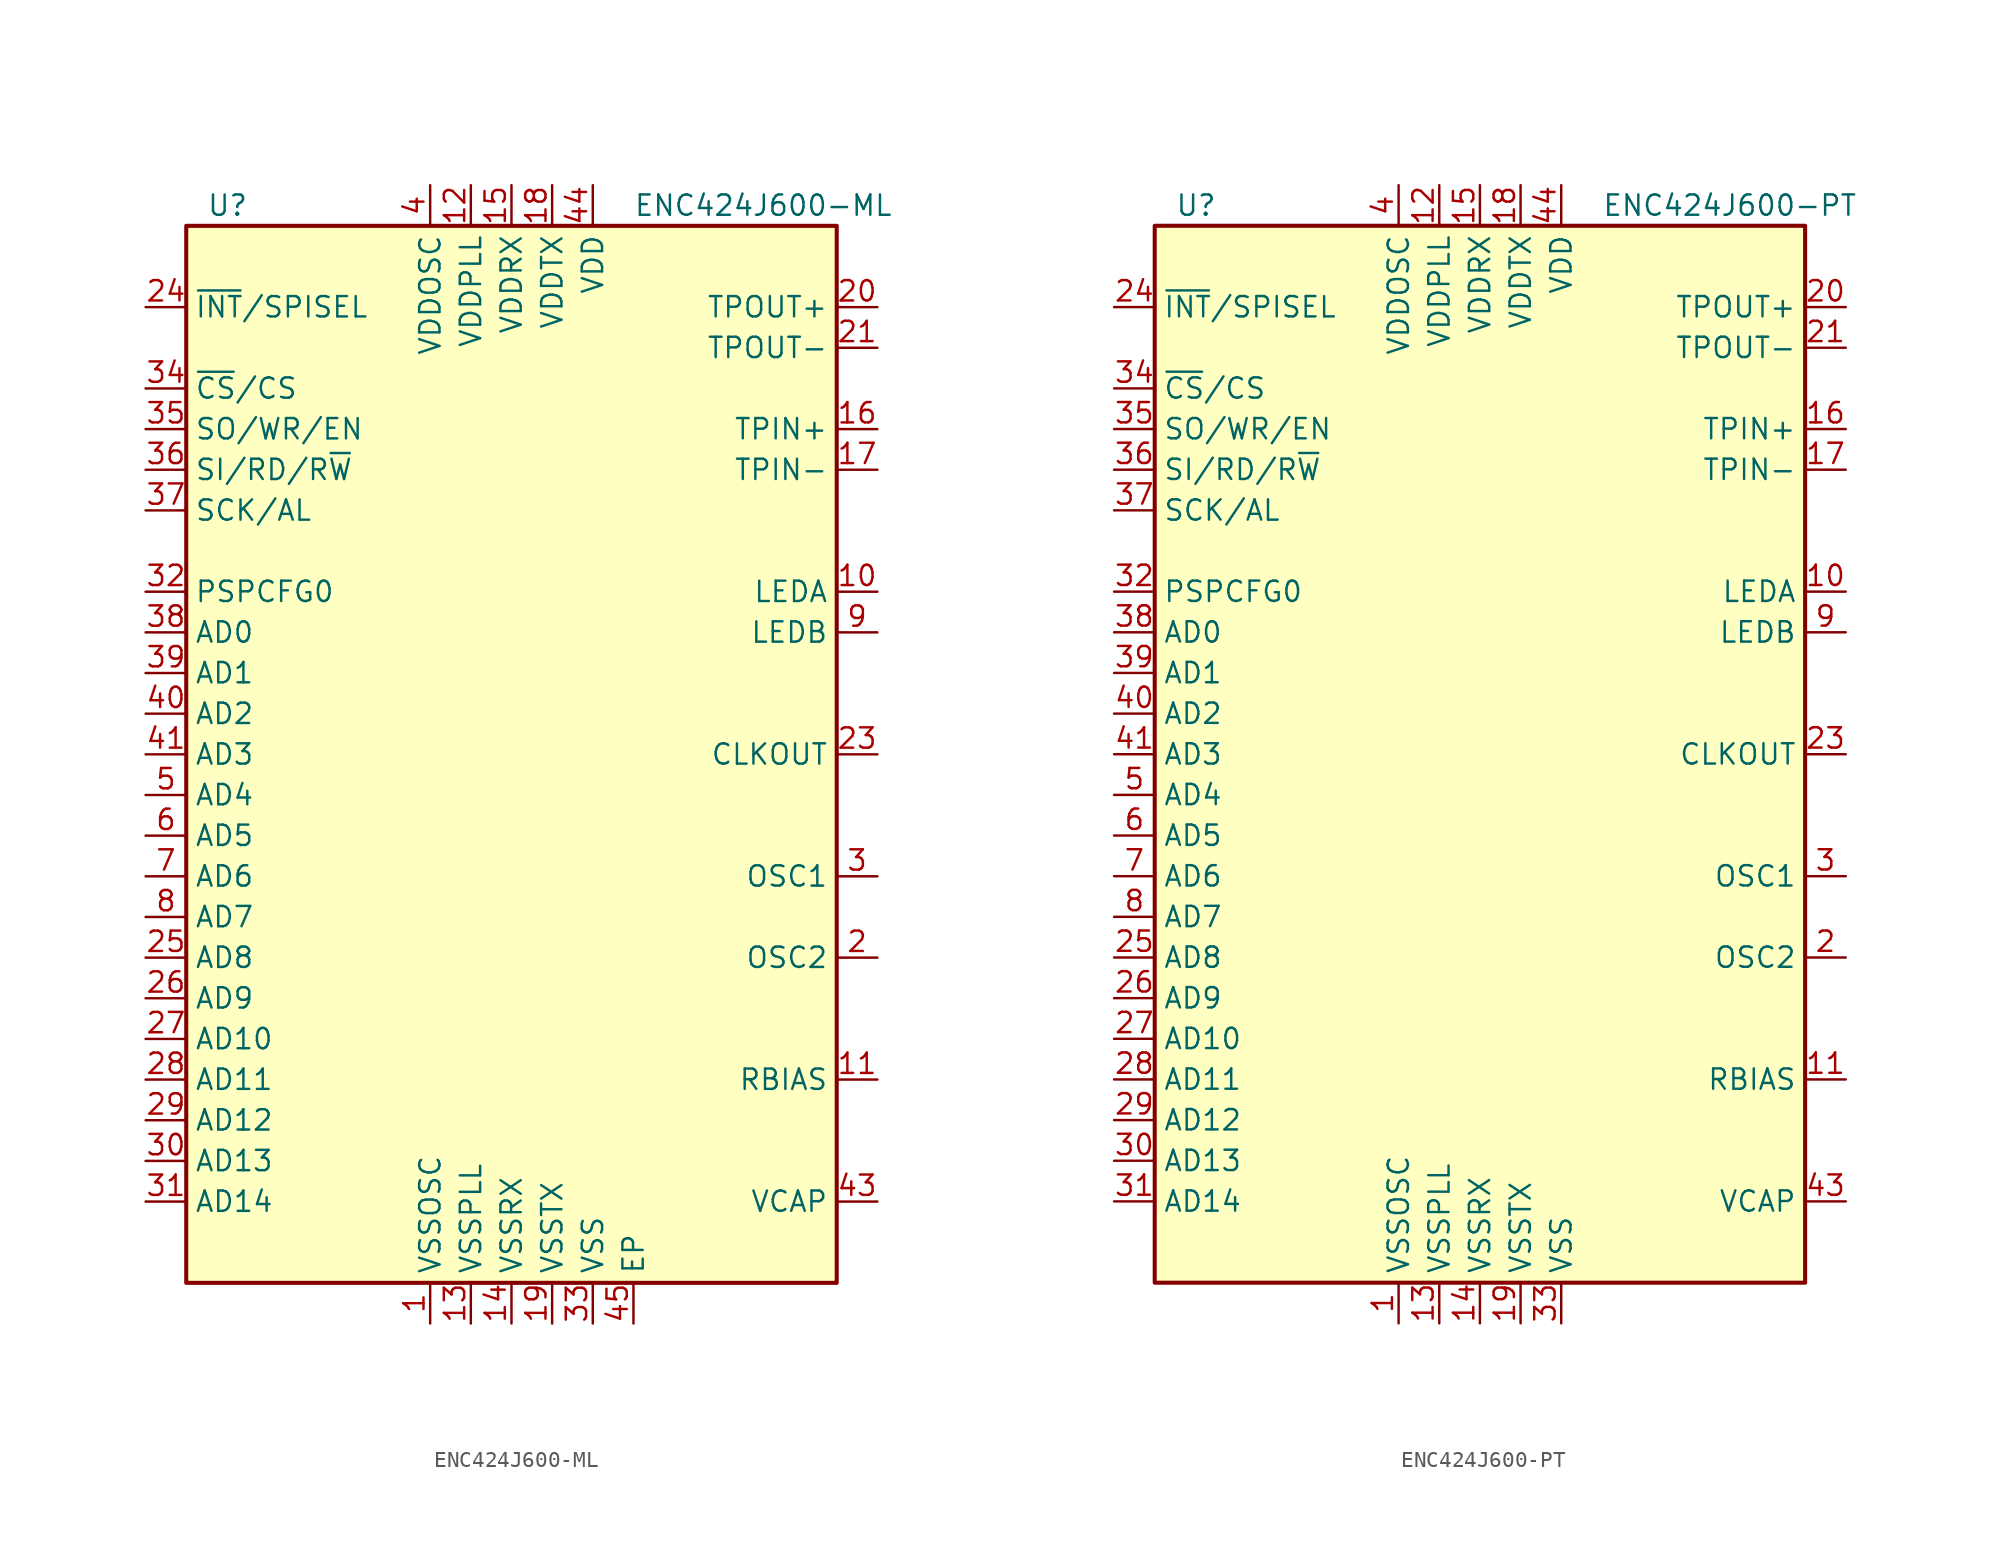
<source format=kicad_sym>
(kicad_symbol_lib
  (version 20201005)
  (generator kicad_symbol_editor)
  (symbol "ENC424J600-ML"
    (property "Reference" "U"
      (at -19.05 34.29 0)
      (effects (font (size 1.27 1.27)) (justify left)))
    (property "Value" "ENC424J600-ML"
      (at 7.62 34.29 0)
      (effects (font (size 1.27 1.27)) (justify left)))
    (symbol "ENC424J600-ML_0_1"
      (rectangle (start -20.32 33.02) (end 20.32 -33.02) (stroke (width 0.254)) (fill (type background))))
    (symbol "ENC424J600-ML_1_1"
      (pin power_in line (at -5.08 -35.56 90) (length 2.54) (name "VSSOSC" (effects (font (size 1.27 1.27)))) (number "1" (effects (font (size 1.27 1.27)))))
      (pin output line (at 22.86 10.16 180) (length 2.54) (name "LEDA" (effects (font (size 1.27 1.27)))) (number "10" (effects (font (size 1.27 1.27)))))
      (pin input line (at 22.86 -20.32 180) (length 2.54) (name "RBIAS" (effects (font (size 1.27 1.27)))) (number "11" (effects (font (size 1.27 1.27)))))
      (pin power_in line (at -2.54 35.56 270) (length 2.54) (name "VDDPLL" (effects (font (size 1.27 1.27)))) (number "12" (effects (font (size 1.27 1.27)))))
      (pin power_in line (at -2.54 -35.56 90) (length 2.54) (name "VSSPLL" (effects (font (size 1.27 1.27)))) (number "13" (effects (font (size 1.27 1.27)))))
      (pin power_in line (at 0 -35.56 90) (length 2.54) (name "VSSRX" (effects (font (size 1.27 1.27)))) (number "14" (effects (font (size 1.27 1.27)))))
      (pin power_in line (at 0 35.56 270) (length 2.54) (name "VDDRX" (effects (font (size 1.27 1.27)))) (number "15" (effects (font (size 1.27 1.27)))))
      (pin input line (at 22.86 20.32 180) (length 2.54) (name "TPIN+" (effects (font (size 1.27 1.27)))) (number "16" (effects (font (size 1.27 1.27)))))
      (pin input line (at 22.86 17.78 180) (length 2.54) (name "TPIN-" (effects (font (size 1.27 1.27)))) (number "17" (effects (font (size 1.27 1.27)))))
      (pin power_in line (at 2.54 35.56 270) (length 2.54) (name "VDDTX" (effects (font (size 1.27 1.27)))) (number "18" (effects (font (size 1.27 1.27)))))
      (pin power_in line (at 2.54 -35.56 90) (length 2.54) (name "VSSTX" (effects (font (size 1.27 1.27)))) (number "19" (effects (font (size 1.27 1.27)))))
      (pin output line (at 22.86 -12.7 180) (length 2.54) (name "OSC2" (effects (font (size 1.27 1.27)))) (number "2" (effects (font (size 1.27 1.27)))))
      (pin output line (at 22.86 27.94 180) (length 2.54) (name "TPOUT+" (effects (font (size 1.27 1.27)))) (number "20" (effects (font (size 1.27 1.27)))))
      (pin output line (at 22.86 25.4 180) (length 2.54) (name "TPOUT-" (effects (font (size 1.27 1.27)))) (number "21" (effects (font (size 1.27 1.27)))))
      (pin passive line (at 2.54 -35.56 90) (length 2.54) hide (name "VSSTX" (effects (font (size 1.27 1.27)))) (number "22" (effects (font (size 1.27 1.27)))))
      (pin output line (at 22.86 0 180) (length 2.54) (name "CLKOUT" (effects (font (size 1.27 1.27)))) (number "23" (effects (font (size 1.27 1.27)))))
      (pin bidirectional line (at -22.86 27.94 0) (length 2.54) (name "~INT~/SPISEL" (effects (font (size 1.27 1.27)))) (number "24" (effects (font (size 1.27 1.27)))))
      (pin bidirectional line (at -22.86 -12.7 0) (length 2.54) (name "AD8" (effects (font (size 1.27 1.27)))) (number "25" (effects (font (size 1.27 1.27)))))
      (pin bidirectional line (at -22.86 -15.24 0) (length 2.54) (name "AD9" (effects (font (size 1.27 1.27)))) (number "26" (effects (font (size 1.27 1.27)))))
      (pin bidirectional line (at -22.86 -17.78 0) (length 2.54) (name "AD10" (effects (font (size 1.27 1.27)))) (number "27" (effects (font (size 1.27 1.27)))))
      (pin bidirectional line (at -22.86 -20.32 0) (length 2.54) (name "AD11" (effects (font (size 1.27 1.27)))) (number "28" (effects (font (size 1.27 1.27)))))
      (pin bidirectional line (at -22.86 -22.86 0) (length 2.54) (name "AD12" (effects (font (size 1.27 1.27)))) (number "29" (effects (font (size 1.27 1.27)))))
      (pin input line (at 22.86 -7.62 180) (length 2.54) (name "OSC1" (effects (font (size 1.27 1.27)))) (number "3" (effects (font (size 1.27 1.27)))))
      (pin bidirectional line (at -22.86 -25.4 0) (length 2.54) (name "AD13" (effects (font (size 1.27 1.27)))) (number "30" (effects (font (size 1.27 1.27)))))
      (pin bidirectional line (at -22.86 -27.94 0) (length 2.54) (name "AD14" (effects (font (size 1.27 1.27)))) (number "31" (effects (font (size 1.27 1.27)))))
      (pin input line (at -22.86 10.16 0) (length 2.54) (name "PSPCFG0" (effects (font (size 1.27 1.27)))) (number "32" (effects (font (size 1.27 1.27)))))
      (pin power_in line (at 5.08 -35.56 90) (length 2.54) (name "VSS" (effects (font (size 1.27 1.27)))) (number "33" (effects (font (size 1.27 1.27)))))
      (pin input line (at -22.86 22.86 0) (length 2.54) (name "~CS~/CS" (effects (font (size 1.27 1.27)))) (number "34" (effects (font (size 1.27 1.27)))))
      (pin bidirectional line (at -22.86 20.32 0) (length 2.54) (name "SO/WR/EN" (effects (font (size 1.27 1.27)))) (number "35" (effects (font (size 1.27 1.27)))))
      (pin input line (at -22.86 17.78 0) (length 2.54) (name "SI/RD/R~W" (effects (font (size 1.27 1.27)))) (number "36" (effects (font (size 1.27 1.27)))))
      (pin input line (at -22.86 15.24 0) (length 2.54) (name "SCK/AL" (effects (font (size 1.27 1.27)))) (number "37" (effects (font (size 1.27 1.27)))))
      (pin bidirectional line (at -22.86 7.62 0) (length 2.54) (name "AD0" (effects (font (size 1.27 1.27)))) (number "38" (effects (font (size 1.27 1.27)))))
      (pin input line (at -22.86 5.08 0) (length 2.54) (name "AD1" (effects (font (size 1.27 1.27)))) (number "39" (effects (font (size 1.27 1.27)))))
      (pin power_in line (at -5.08 35.56 270) (length 2.54) (name "VDDOSC" (effects (font (size 1.27 1.27)))) (number "4" (effects (font (size 1.27 1.27)))))
      (pin bidirectional line (at -22.86 2.54 0) (length 2.54) (name "AD2" (effects (font (size 1.27 1.27)))) (number "40" (effects (font (size 1.27 1.27)))))
      (pin bidirectional line (at -22.86 0 0) (length 2.54) (name "AD3" (effects (font (size 1.27 1.27)))) (number "41" (effects (font (size 1.27 1.27)))))
      (pin passive line (at 5.08 -35.56 90) (length 2.54) hide (name "VSS" (effects (font (size 1.27 1.27)))) (number "42" (effects (font (size 1.27 1.27)))))
      (pin input line (at 22.86 -27.94 180) (length 2.54) (name "VCAP" (effects (font (size 1.27 1.27)))) (number "43" (effects (font (size 1.27 1.27)))))
      (pin power_in line (at 5.08 35.56 270) (length 2.54) (name "VDD" (effects (font (size 1.27 1.27)))) (number "44" (effects (font (size 1.27 1.27)))))
      (pin power_in line (at 7.62 -35.56 90) (length 2.54) (name "EP" (effects (font (size 1.27 1.27)))) (number "45" (effects (font (size 1.27 1.27)))))
      (pin bidirectional line (at -22.86 -2.54 0) (length 2.54) (name "AD4" (effects (font (size 1.27 1.27)))) (number "5" (effects (font (size 1.27 1.27)))))
      (pin bidirectional line (at -22.86 -5.08 0) (length 2.54) (name "AD5" (effects (font (size 1.27 1.27)))) (number "6" (effects (font (size 1.27 1.27)))))
      (pin bidirectional line (at -22.86 -7.62 0) (length 2.54) (name "AD6" (effects (font (size 1.27 1.27)))) (number "7" (effects (font (size 1.27 1.27)))))
      (pin bidirectional line (at -22.86 -10.16 0) (length 2.54) (name "AD7" (effects (font (size 1.27 1.27)))) (number "8" (effects (font (size 1.27 1.27)))))
      (pin output line (at 22.86 7.62 180) (length 2.54) (name "LEDB" (effects (font (size 1.27 1.27)))) (number "9" (effects (font (size 1.27 1.27)))))))
  (symbol "ENC424J600-PT"
    (property "Reference" "U"
      (at -19.05 34.29 0)
      (effects (font (size 1.27 1.27)) (justify left)))
    (property "Value" "ENC424J600-PT"
      (at 7.62 34.29 0)
      (effects (font (size 1.27 1.27)) (justify left)))
    (symbol "ENC424J600-PT_0_1"
      (rectangle (start -20.32 33.02) (end 20.32 -33.02) (stroke (width 0.254)) (fill (type background))))
    (symbol "ENC424J600-PT_1_1"
      (pin power_in line (at -5.08 -35.56 90) (length 2.54) (name "VSSOSC" (effects (font (size 1.27 1.27)))) (number "1" (effects (font (size 1.27 1.27)))))
      (pin output line (at 22.86 10.16 180) (length 2.54) (name "LEDA" (effects (font (size 1.27 1.27)))) (number "10" (effects (font (size 1.27 1.27)))))
      (pin input line (at 22.86 -20.32 180) (length 2.54) (name "RBIAS" (effects (font (size 1.27 1.27)))) (number "11" (effects (font (size 1.27 1.27)))))
      (pin power_in line (at -2.54 35.56 270) (length 2.54) (name "VDDPLL" (effects (font (size 1.27 1.27)))) (number "12" (effects (font (size 1.27 1.27)))))
      (pin power_in line (at -2.54 -35.56 90) (length 2.54) (name "VSSPLL" (effects (font (size 1.27 1.27)))) (number "13" (effects (font (size 1.27 1.27)))))
      (pin power_in line (at 0 -35.56 90) (length 2.54) (name "VSSRX" (effects (font (size 1.27 1.27)))) (number "14" (effects (font (size 1.27 1.27)))))
      (pin power_in line (at 0 35.56 270) (length 2.54) (name "VDDRX" (effects (font (size 1.27 1.27)))) (number "15" (effects (font (size 1.27 1.27)))))
      (pin input line (at 22.86 20.32 180) (length 2.54) (name "TPIN+" (effects (font (size 1.27 1.27)))) (number "16" (effects (font (size 1.27 1.27)))))
      (pin input line (at 22.86 17.78 180) (length 2.54) (name "TPIN-" (effects (font (size 1.27 1.27)))) (number "17" (effects (font (size 1.27 1.27)))))
      (pin power_in line (at 2.54 35.56 270) (length 2.54) (name "VDDTX" (effects (font (size 1.27 1.27)))) (number "18" (effects (font (size 1.27 1.27)))))
      (pin power_in line (at 2.54 -35.56 90) (length 2.54) (name "VSSTX" (effects (font (size 1.27 1.27)))) (number "19" (effects (font (size 1.27 1.27)))))
      (pin output line (at 22.86 -12.7 180) (length 2.54) (name "OSC2" (effects (font (size 1.27 1.27)))) (number "2" (effects (font (size 1.27 1.27)))))
      (pin output line (at 22.86 27.94 180) (length 2.54) (name "TPOUT+" (effects (font (size 1.27 1.27)))) (number "20" (effects (font (size 1.27 1.27)))))
      (pin output line (at 22.86 25.4 180) (length 2.54) (name "TPOUT-" (effects (font (size 1.27 1.27)))) (number "21" (effects (font (size 1.27 1.27)))))
      (pin passive line (at 2.54 -35.56 90) (length 2.54) hide (name "VSSTX" (effects (font (size 1.27 1.27)))) (number "22" (effects (font (size 1.27 1.27)))))
      (pin output line (at 22.86 0 180) (length 2.54) (name "CLKOUT" (effects (font (size 1.27 1.27)))) (number "23" (effects (font (size 1.27 1.27)))))
      (pin bidirectional line (at -22.86 27.94 0) (length 2.54) (name "~INT~/SPISEL" (effects (font (size 1.27 1.27)))) (number "24" (effects (font (size 1.27 1.27)))))
      (pin bidirectional line (at -22.86 -12.7 0) (length 2.54) (name "AD8" (effects (font (size 1.27 1.27)))) (number "25" (effects (font (size 1.27 1.27)))))
      (pin bidirectional line (at -22.86 -15.24 0) (length 2.54) (name "AD9" (effects (font (size 1.27 1.27)))) (number "26" (effects (font (size 1.27 1.27)))))
      (pin bidirectional line (at -22.86 -17.78 0) (length 2.54) (name "AD10" (effects (font (size 1.27 1.27)))) (number "27" (effects (font (size 1.27 1.27)))))
      (pin bidirectional line (at -22.86 -20.32 0) (length 2.54) (name "AD11" (effects (font (size 1.27 1.27)))) (number "28" (effects (font (size 1.27 1.27)))))
      (pin bidirectional line (at -22.86 -22.86 0) (length 2.54) (name "AD12" (effects (font (size 1.27 1.27)))) (number "29" (effects (font (size 1.27 1.27)))))
      (pin input line (at 22.86 -7.62 180) (length 2.54) (name "OSC1" (effects (font (size 1.27 1.27)))) (number "3" (effects (font (size 1.27 1.27)))))
      (pin bidirectional line (at -22.86 -25.4 0) (length 2.54) (name "AD13" (effects (font (size 1.27 1.27)))) (number "30" (effects (font (size 1.27 1.27)))))
      (pin bidirectional line (at -22.86 -27.94 0) (length 2.54) (name "AD14" (effects (font (size 1.27 1.27)))) (number "31" (effects (font (size 1.27 1.27)))))
      (pin input line (at -22.86 10.16 0) (length 2.54) (name "PSPCFG0" (effects (font (size 1.27 1.27)))) (number "32" (effects (font (size 1.27 1.27)))))
      (pin power_in line (at 5.08 -35.56 90) (length 2.54) (name "VSS" (effects (font (size 1.27 1.27)))) (number "33" (effects (font (size 1.27 1.27)))))
      (pin input line (at -22.86 22.86 0) (length 2.54) (name "~CS~/CS" (effects (font (size 1.27 1.27)))) (number "34" (effects (font (size 1.27 1.27)))))
      (pin bidirectional line (at -22.86 20.32 0) (length 2.54) (name "SO/WR/EN" (effects (font (size 1.27 1.27)))) (number "35" (effects (font (size 1.27 1.27)))))
      (pin input line (at -22.86 17.78 0) (length 2.54) (name "SI/RD/R~W" (effects (font (size 1.27 1.27)))) (number "36" (effects (font (size 1.27 1.27)))))
      (pin input line (at -22.86 15.24 0) (length 2.54) (name "SCK/AL" (effects (font (size 1.27 1.27)))) (number "37" (effects (font (size 1.27 1.27)))))
      (pin bidirectional line (at -22.86 7.62 0) (length 2.54) (name "AD0" (effects (font (size 1.27 1.27)))) (number "38" (effects (font (size 1.27 1.27)))))
      (pin input line (at -22.86 5.08 0) (length 2.54) (name "AD1" (effects (font (size 1.27 1.27)))) (number "39" (effects (font (size 1.27 1.27)))))
      (pin power_in line (at -5.08 35.56 270) (length 2.54) (name "VDDOSC" (effects (font (size 1.27 1.27)))) (number "4" (effects (font (size 1.27 1.27)))))
      (pin bidirectional line (at -22.86 2.54 0) (length 2.54) (name "AD2" (effects (font (size 1.27 1.27)))) (number "40" (effects (font (size 1.27 1.27)))))
      (pin bidirectional line (at -22.86 0 0) (length 2.54) (name "AD3" (effects (font (size 1.27 1.27)))) (number "41" (effects (font (size 1.27 1.27)))))
      (pin passive line (at 5.08 -35.56 90) (length 2.54) hide (name "VSS" (effects (font (size 1.27 1.27)))) (number "42" (effects (font (size 1.27 1.27)))))
      (pin input line (at 22.86 -27.94 180) (length 2.54) (name "VCAP" (effects (font (size 1.27 1.27)))) (number "43" (effects (font (size 1.27 1.27)))))
      (pin power_in line (at 5.08 35.56 270) (length 2.54) (name "VDD" (effects (font (size 1.27 1.27)))) (number "44" (effects (font (size 1.27 1.27)))))
      (pin bidirectional line (at -22.86 -2.54 0) (length 2.54) (name "AD4" (effects (font (size 1.27 1.27)))) (number "5" (effects (font (size 1.27 1.27)))))
      (pin bidirectional line (at -22.86 -5.08 0) (length 2.54) (name "AD5" (effects (font (size 1.27 1.27)))) (number "6" (effects (font (size 1.27 1.27)))))
      (pin bidirectional line (at -22.86 -7.62 0) (length 2.54) (name "AD6" (effects (font (size 1.27 1.27)))) (number "7" (effects (font (size 1.27 1.27)))))
      (pin bidirectional line (at -22.86 -10.16 0) (length 2.54) (name "AD7" (effects (font (size 1.27 1.27)))) (number "8" (effects (font (size 1.27 1.27)))))
      (pin output line (at 22.86 7.62 180) (length 2.54) (name "LEDB" (effects (font (size 1.27 1.27)))) (number "9" (effects (font (size 1.27 1.27))))))))
</source>
